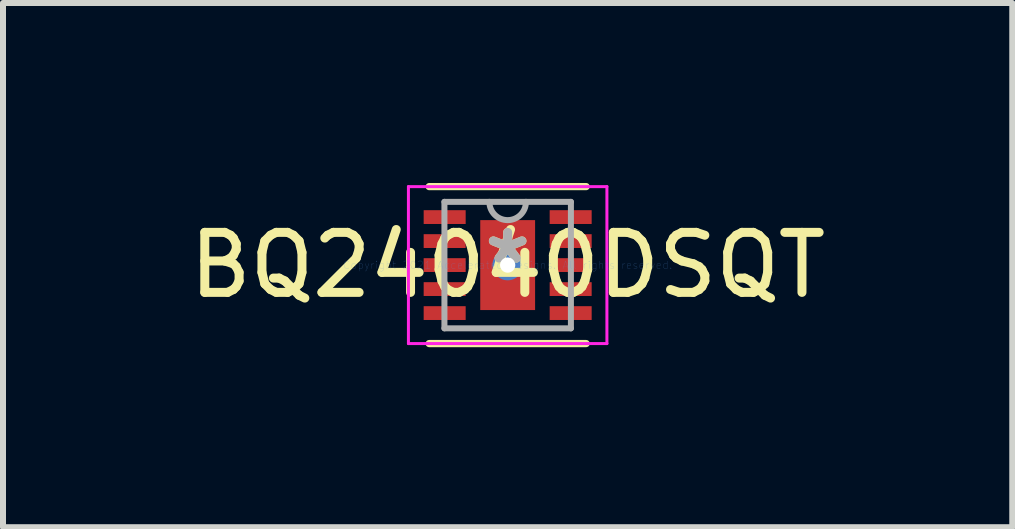
<source format=kicad_pcb>
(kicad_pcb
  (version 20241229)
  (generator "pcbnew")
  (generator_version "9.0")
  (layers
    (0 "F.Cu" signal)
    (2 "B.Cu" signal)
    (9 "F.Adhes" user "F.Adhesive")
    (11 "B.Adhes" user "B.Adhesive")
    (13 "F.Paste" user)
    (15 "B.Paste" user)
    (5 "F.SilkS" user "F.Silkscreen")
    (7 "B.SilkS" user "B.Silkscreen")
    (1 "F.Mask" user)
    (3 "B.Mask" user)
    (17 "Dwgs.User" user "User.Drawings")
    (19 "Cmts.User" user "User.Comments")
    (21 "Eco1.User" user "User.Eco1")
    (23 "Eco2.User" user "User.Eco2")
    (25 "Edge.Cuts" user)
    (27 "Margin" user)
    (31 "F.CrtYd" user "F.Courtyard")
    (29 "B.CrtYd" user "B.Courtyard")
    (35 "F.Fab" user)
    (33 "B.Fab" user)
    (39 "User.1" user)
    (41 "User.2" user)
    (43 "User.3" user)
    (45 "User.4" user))
  (footprint "BQ24040DSQT"
    (layer "F.Cu")
    (at 5.411 1.368)
    (property "Reference" "BQ24040DSQT" (at 0 0 0) (layer "F.SilkS") (effects (font (size 1 1) (thickness 0.15))))
    (attr through_hole)
    (fp_poly (pts (xy -1.47 -0.985) (xy -1.47 -0.615) (xy -0.63 -0.615) (xy -0.63 -0.985)) (stroke (width 0.1) (type solid)) (fill yes) (layer "F.Mask"))
    (fp_poly (pts (xy -1.47 -0.585) (xy -1.47 -0.215) (xy -0.63 -0.215) (xy -0.63 -0.585)) (stroke (width 0.1) (type solid)) (fill yes) (layer "F.Mask"))
    (fp_poly (pts (xy -1.47 -0.185) (xy -1.47 0.185) (xy -0.63 0.185) (xy -0.63 -0.185)) (stroke (width 0.1) (type solid)) (fill yes) (layer "F.Mask"))
    (fp_poly (pts (xy -1.47 0.215) (xy -1.47 0.585) (xy -0.63 0.585) (xy -0.63 0.215)) (stroke (width 0.1) (type solid)) (fill yes) (layer "F.Mask"))
    (fp_poly (pts (xy -1.47 0.615) (xy -1.47 0.985) (xy -0.63 0.985) (xy -0.63 0.615)) (stroke (width 0.1) (type solid)) (fill yes) (layer "F.Mask"))
    (fp_poly (pts (xy -0.521 -0.813) (xy -0.2 -0.813) (xy -0.2 0.813) (xy -0.521 0.813)) (stroke (width 0.1) (type solid)) (fill yes) (layer "F.Mask"))
    (fp_poly (pts (xy -0.521 -0.813) (xy 0.521 -0.813) (xy 0.521 -0.2) (xy -0.521 -0.2)) (stroke (width 0.1) (type solid)) (fill yes) (layer "F.Mask"))
    (fp_poly (pts (xy -0.521 0.2) (xy 0.521 0.2) (xy 0.521 0.813) (xy -0.521 0.813)) (stroke (width 0.1) (type solid)) (fill yes) (layer "F.Mask"))
    (fp_poly (pts (xy 0.2 -0.813) (xy 0.521 -0.813) (xy 0.521 0.813) (xy 0.2 0.813)) (stroke (width 0.1) (type solid)) (fill yes) (layer "F.Mask"))
    (fp_poly (pts (xy 0.63 -0.985) (xy 0.63 -0.615) (xy 1.47 -0.615) (xy 1.47 -0.985)) (stroke (width 0.1) (type solid)) (fill yes) (layer "F.Mask"))
    (fp_poly (pts (xy 0.63 -0.585) (xy 0.63 -0.215) (xy 1.47 -0.215) (xy 1.47 -0.585)) (stroke (width 0.1) (type solid)) (fill yes) (layer "F.Mask"))
    (fp_poly (pts (xy 0.63 -0.185) (xy 0.63 0.185) (xy 1.47 0.185) (xy 1.47 -0.185)) (stroke (width 0.1) (type solid)) (fill yes) (layer "F.Mask"))
    (fp_poly (pts (xy 0.63 0.215) (xy 0.63 0.585) (xy 1.47 0.585) (xy 1.47 0.215)) (stroke (width 0.1) (type solid)) (fill yes) (layer "F.Mask"))
    (fp_poly (pts (xy 0.63 0.615) (xy 0.63 0.985) (xy 1.47 0.985) (xy 1.47 0.615)) (stroke (width 0.1) (type solid)) (fill yes) (layer "F.Mask"))
    (fp_line (start -1.308 1.308) (end 1.308 1.308) (stroke (width 0.12) (type solid)) (layer "F.SilkS"))
    (fp_line (start 1.308 -1.308) (end -1.308 -1.308) (stroke (width 0.12) (type solid)) (layer "F.SilkS"))
    (fp_poly (pts (xy -1.399 -0.914) (xy -1.399 -0.686) (xy -0.701 -0.686) (xy -0.701 -0.914)) (stroke (width 0.1) (type solid)) (fill yes) (layer "F.Paste"))
    (fp_poly (pts (xy -1.399 -0.514) (xy -1.399 -0.286) (xy -0.701 -0.286) (xy -0.701 -0.514)) (stroke (width 0.1) (type solid)) (fill yes) (layer "F.Paste"))
    (fp_poly (pts (xy -1.399 -0.114) (xy -1.399 0.114) (xy -0.701 0.114) (xy -0.701 -0.114)) (stroke (width 0.1) (type solid)) (fill yes) (layer "F.Paste"))
    (fp_poly (pts (xy -1.399 0.286) (xy -1.399 0.514) (xy -0.701 0.514) (xy -0.701 0.286)) (stroke (width 0.1) (type solid)) (fill yes) (layer "F.Paste"))
    (fp_poly (pts (xy -1.399 0.686) (xy -1.399 0.914) (xy -0.701 0.914) (xy -0.701 0.686)) (stroke (width 0.1) (type solid)) (fill yes) (layer "F.Paste"))
    (fp_poly (pts (xy 0.701 -0.914) (xy 0.701 -0.686) (xy 1.399 -0.686) (xy 1.399 -0.914)) (stroke (width 0.1) (type solid)) (fill yes) (layer "F.Paste"))
    (fp_poly (pts (xy 0.701 -0.514) (xy 0.701 -0.286) (xy 1.399 -0.286) (xy 1.399 -0.514)) (stroke (width 0.1) (type solid)) (fill yes) (layer "F.Paste"))
    (fp_poly (pts (xy 0.701 -0.114) (xy 0.701 0.114) (xy 1.399 0.114) (xy 1.399 -0.114)) (stroke (width 0.1) (type solid)) (fill yes) (layer "F.Paste"))
    (fp_poly (pts (xy 0.701 0.286) (xy 0.701 0.514) (xy 1.399 0.514) (xy 1.399 0.286)) (stroke (width 0.1) (type solid)) (fill yes) (layer "F.Paste"))
    (fp_poly (pts (xy 0.701 0.686) (xy 0.701 0.914) (xy 1.399 0.914) (xy 1.399 0.686)) (stroke (width 0.1) (type solid)) (fill yes) (layer "F.Paste"))
    (fp_poly (pts (xy -0.382 -0.674) (xy -0.382 -0.1) (xy -0.241 -0.1) (xy -0.1 -0.241) (xy -0.1 -0.674)) (stroke (width 0.1) (type solid)) (fill yes) (layer "F.Paste"))
    (fp_poly (pts (xy -0.382 0.1) (xy -0.382 0.674) (xy -0.1 0.674) (xy -0.1 0.241) (xy -0.241 0.1)) (stroke (width 0.1) (type solid)) (fill yes) (layer "F.Paste"))
    (fp_poly (pts (xy 0.1 -0.674) (xy 0.1 -0.241) (xy 0.241 -0.1) (xy 0.382 -0.1) (xy 0.382 -0.674)) (stroke (width 0.1) (type solid)) (fill yes) (layer "F.Paste"))
    (fp_poly (pts (xy 0.241 0.1) (xy 0.1 0.241) (xy 0.1 0.674) (xy 0.382 0.674) (xy 0.382 0.1)) (stroke (width 0.1) (type solid)) (fill yes) (layer "F.Paste"))
    (fp_line (start -1.654 -1.308) (end 1.654 -1.308) (stroke (width 0.05) (type solid)) (layer "F.CrtYd"))
    (fp_line (start -1.654 1.308) (end -1.654 -1.308) (stroke (width 0.05) (type solid)) (layer "F.CrtYd"))
    (fp_line (start 1.654 -1.308) (end 1.654 1.308) (stroke (width 0.05) (type solid)) (layer "F.CrtYd"))
    (fp_line (start 1.654 1.308) (end -1.654 1.308) (stroke (width 0.05) (type solid)) (layer "F.CrtYd"))
    (fp_line (start -1.054 -1.054) (end -1.054 1.054) (stroke (width 0.1) (type solid)) (layer "F.Fab"))
    (fp_line (start -1.054 1.054) (end 1.054 1.054) (stroke (width 0.1) (type solid)) (layer "F.Fab"))
    (fp_line (start 1.054 -1.054) (end -1.054 -1.054) (stroke (width 0.1) (type solid)) (layer "F.Fab"))
    (fp_line (start 1.054 1.054) (end 1.054 -1.054) (stroke (width 0.1) (type solid)) (layer "F.Fab"))
    (fp_arc (start 0.3048 -1.0541) (mid 0 -0.7493) (end -0.3048 -1.0541) (stroke (width 0.1) (type solid)) (layer "F.Fab"))
    (fp_text user "*" (at 0 0 0) (layer "F.SilkS") (effects (font (size 1 1) (thickness 0.15))))
    (fp_text user "Copyright 2021 Accelerated Designs. All rights reserved." (at 0 0 0) (layer "Cmts.User") (effects (font (size 0.127 0.127) (thickness 0.002))))
    (fp_text user "*" (at 0 0 0) (layer "F.Fab") (effects (font (size 1 1) (thickness 0.15))))
    (pad "1" smd rect (at -1.05 -0.8) (size 0.7 0.23) (layers "F.Cu" "F.Mask" "F.Paste"))
    (pad "2" smd rect (at -1.05 -0.4) (size 0.7 0.23) (layers "F.Cu" "F.Mask" "F.Paste"))
    (pad "3" smd rect (at -1.05 0) (size 0.7 0.23) (layers "F.Cu" "F.Mask" "F.Paste"))
    (pad "4" smd rect (at -1.05 0.4) (size 0.7 0.23) (layers "F.Cu" "F.Mask" "F.Paste"))
    (pad "5" smd rect (at -1.05 0.8) (size 0.7 0.23) (layers "F.Cu" "F.Mask" "F.Paste"))
    (pad "6" smd rect (at 1.05 0.8) (size 0.7 0.23) (layers "F.Cu" "F.Mask" "F.Paste"))
    (pad "7" smd rect (at 1.05 0.4) (size 0.7 0.23) (layers "F.Cu" "F.Mask" "F.Paste"))
    (pad "8" smd rect (at 1.05 0) (size 0.7 0.23) (layers "F.Cu" "F.Mask" "F.Paste"))
    (pad "9" smd rect (at 1.05 -0.4) (size 0.7 0.23) (layers "F.Cu" "F.Mask" "F.Paste"))
    (pad "10" smd rect (at 1.05 -0.8) (size 0.7 0.23) (layers "F.Cu" "F.Mask" "F.Paste"))
    (pad "11" smd rect (at 0 0) (size 0.914 1.499) (layers "F.Cu" "F.Mask" "F.Paste"))
    (pad "V" thru_hole circle (at 0 0) (size 0.508 0.508) (drill 0.254) (layers "*.Cu" "*.Mask")))
  (gr_rect
    (start -3 -3)
    (end 13.821 5.736)
    (stroke (width 0.1) (type default))
    (fill no)
    (layer "Edge.Cuts")))
</source>
